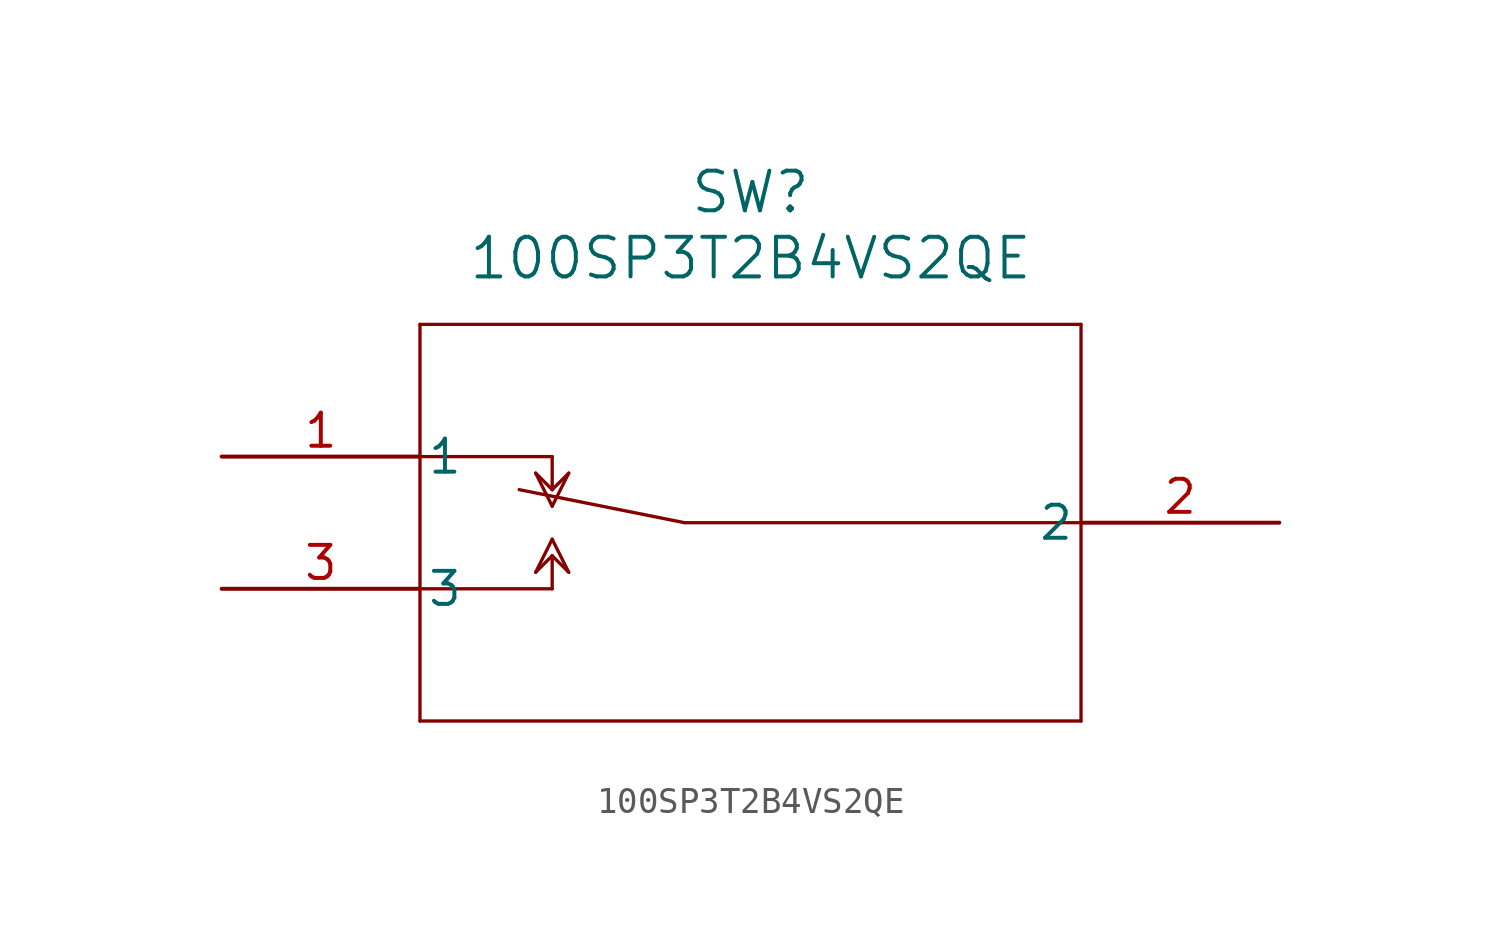
<source format=kicad_sym>
(kicad_symbol_lib
  (version 20211014)
  (generator kicad_symbol_editor)
  (symbol "100SP3T2B4VS2QE"
    (pin_names
      (offset 0.254))
    (property "Reference" "SW"
      (at 20.32 10.16 0)
      (effects (font (size 1.524 1.524))))
    (property "Value" "100SP3T2B4VS2QE"
      (at 20.32 7.62 0)
      (effects (font (size 1.524 1.524))))
    (symbol "100SP3T2B4VS2QE_0_1"
      (polyline (pts (xy 7.62 5.08) (xy 7.62 -10.16)) (stroke (width 0.127) (type default) (color 0 0 0 0)) (fill (type none)))
      (polyline (pts (xy 7.62 -10.16) (xy 33.02 -10.16)) (stroke (width 0.127) (type default) (color 0 0 0 0)) (fill (type none)))
      (polyline (pts (xy 33.02 -10.16) (xy 33.02 5.08)) (stroke (width 0.127) (type default) (color 0 0 0 0)) (fill (type none)))
      (polyline (pts (xy 33.02 5.08) (xy 7.62 5.08)) (stroke (width 0.127) (type default) (color 0 0 0 0)) (fill (type none)))
      (polyline (pts (xy 7.62 0) (xy 12.7 0)) (stroke (width 0.127) (type default) (color 0 0 0 0)) (fill (type none)))
      (polyline (pts (xy 7.62 -5.08) (xy 12.7 -5.08)) (stroke (width 0.127) (type default) (color 0 0 0 0)) (fill (type none)))
      (polyline (pts (xy 17.78 -2.54) (xy 33.02 -2.54)) (stroke (width 0.127) (type default) (color 0 0 0 0)) (fill (type none)))
      (polyline (pts (xy 12.7 0) (xy 12.7 -1.27)) (stroke (width 0.127) (type default) (color 0 0 0 0)) (fill (type none)))
      (polyline (pts (xy 12.7 -3.81) (xy 12.7 -5.08)) (stroke (width 0.127) (type default) (color 0 0 0 0)) (fill (type none)))
      (polyline (pts (xy 12.065 -0.635) (xy 12.7 -1.905)) (stroke (width 0.127) (type default) (color 0 0 0 0)) (fill (type none)))
      (polyline (pts (xy 12.7 -1.905) (xy 13.335 -0.635)) (stroke (width 0.127) (type default) (color 0 0 0 0)) (fill (type none)))
      (polyline (pts (xy 13.335 -0.635) (xy 12.7 -1.27)) (stroke (width 0.127) (type default) (color 0 0 0 0)) (fill (type none)))
      (polyline (pts (xy 12.7 -1.27) (xy 12.065 -0.635)) (stroke (width 0.127) (type default) (color 0 0 0 0)) (fill (type none)))
      (polyline (pts (xy 12.7 -3.175) (xy 12.065 -4.445)) (stroke (width 0.127) (type default) (color 0 0 0 0)) (fill (type none)))
      (polyline (pts (xy 12.065 -4.445) (xy 12.7 -3.81)) (stroke (width 0.127) (type default) (color 0 0 0 0)) (fill (type none)))
      (polyline (pts (xy 12.7 -3.81) (xy 13.335 -4.445)) (stroke (width 0.127) (type default) (color 0 0 0 0)) (fill (type none)))
      (polyline (pts (xy 12.7 -3.175) (xy 13.335 -4.445)) (stroke (width 0.127) (type default) (color 0 0 0 0)) (fill (type none)))
      (polyline (pts (xy 17.78 -2.54) (xy 11.43 -1.27)) (stroke (width 0.127) (type default) (color 0 0 0 0)) (fill (type none)))
      (pin unspecified line (at 0 0 0) (length 7.62) (name "1" (effects (font (size 1.27 1.27)))) (number "1" (effects (font (size 1.27 1.27)))))
      (pin unspecified line (at 40.64 -2.54 180) (length 7.62) (name "2" (effects (font (size 1.27 1.27)))) (number "2" (effects (font (size 1.27 1.27)))))
      (pin unspecified line (at 0 -5.08 0) (length 7.62) (name "3" (effects (font (size 1.27 1.27)))) (number "3" (effects (font (size 1.27 1.27))))))))
</source>
